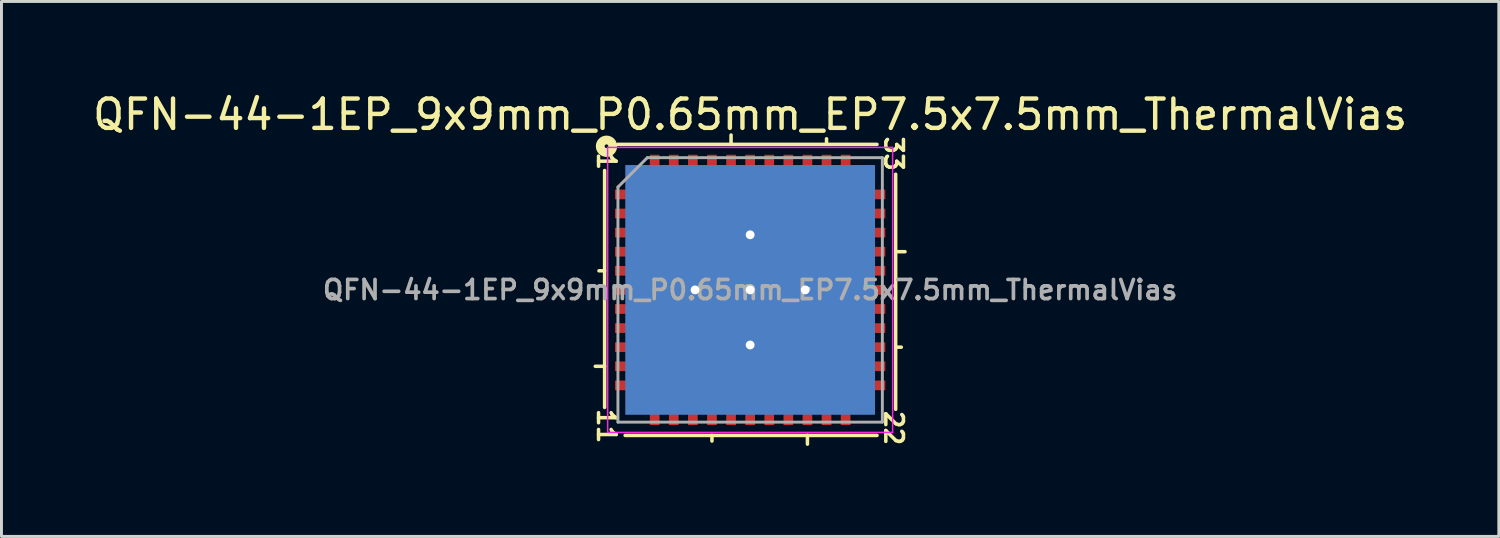
<source format=kicad_pcb>
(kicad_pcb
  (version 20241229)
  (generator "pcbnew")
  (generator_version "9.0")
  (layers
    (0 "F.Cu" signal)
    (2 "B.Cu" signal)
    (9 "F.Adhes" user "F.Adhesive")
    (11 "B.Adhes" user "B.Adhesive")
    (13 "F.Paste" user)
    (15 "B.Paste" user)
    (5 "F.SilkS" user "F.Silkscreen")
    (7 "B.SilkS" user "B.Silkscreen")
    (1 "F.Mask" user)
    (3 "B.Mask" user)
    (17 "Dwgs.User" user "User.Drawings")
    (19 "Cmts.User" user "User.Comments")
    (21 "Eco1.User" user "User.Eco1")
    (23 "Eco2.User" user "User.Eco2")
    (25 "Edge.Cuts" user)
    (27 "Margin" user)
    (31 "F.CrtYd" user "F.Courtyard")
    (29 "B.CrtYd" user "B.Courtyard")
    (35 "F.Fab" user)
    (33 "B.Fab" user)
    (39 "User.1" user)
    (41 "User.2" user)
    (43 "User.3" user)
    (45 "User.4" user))
  (footprint "QFN-44-1EP_9x9mm_P0.65mm_EP7.5x7.5mm_ThermalVias"
    (layer "F.Cu")
    (at 22.482 6.817)
    (property "Reference" "QFN-44-1EP_9x9mm_P0.65mm_EP7.5x7.5mm_ThermalVias" (at 0 -5.969 0) (layer "F.SilkS") (effects (font (size 1 1) (thickness 0.15))))
    (attr smd)
    (fp_line (start -4.953 -4.064) (end -4.953 4) (stroke (width 0.12) (type solid)) (layer "F.SilkS"))
    (fp_line (start -4.953 -0.65) (end -5.144 -0.65) (stroke (width 0.12) (type solid)) (layer "F.SilkS"))
    (fp_line (start -4.953 2.6) (end -5.271 2.6) (stroke (width 0.12) (type solid)) (layer "F.SilkS"))
    (fp_line (start -4.255 4.953) (end 4.318 4.953) (stroke (width 0.12) (type solid)) (layer "F.SilkS"))
    (fp_line (start -1.3 4.953) (end -1.3 5.144) (stroke (width 0.12) (type solid)) (layer "F.SilkS"))
    (fp_line (start -0.65 -4.953) (end -0.65 -5.271) (stroke (width 0.12) (type solid)) (layer "F.SilkS"))
    (fp_line (start 1.95 4.953) (end 1.95 5.25) (stroke (width 0.12) (type solid)) (layer "F.SilkS"))
    (fp_line (start 2.6 -4.953) (end 2.6 -5.144) (stroke (width 0.12) (type solid)) (layer "F.SilkS"))
    (fp_line (start 4.318 -4.953) (end -4.508 -4.953) (stroke (width 0.12) (type solid)) (layer "F.SilkS"))
    (fp_line (start 4.953 -1.3) (end 5.271 -1.3) (stroke (width 0.12) (type solid)) (layer "F.SilkS"))
    (fp_line (start 4.953 1.95) (end 5.144 1.95) (stroke (width 0.12) (type solid)) (layer "F.SilkS"))
    (fp_line (start 4.953 4.064) (end 4.953 -3.937) (stroke (width 0.12) (type solid)) (layer "F.SilkS"))
    (fp_circle (center -4.889 -4.889) (end -4.826 -4.889) (stroke (width 0.3) (type solid)) (fill no) (layer "F.SilkS"))
    (fp_line (start -4.85 -4.85) (end -4.85 4.85) (stroke (width 0.05) (type solid)) (layer "F.CrtYd"))
    (fp_line (start -4.85 4.85) (end 4.85 4.85) (stroke (width 0.05) (type solid)) (layer "F.CrtYd"))
    (fp_line (start 4.85 -4.85) (end -4.85 -4.85) (stroke (width 0.05) (type solid)) (layer "F.CrtYd"))
    (fp_line (start 4.85 4.85) (end 4.85 -4.85) (stroke (width 0.05) (type solid)) (layer "F.CrtYd"))
    (fp_line (start -4.5 -3.5) (end -3.5 -4.5) (stroke (width 0.1) (type solid)) (layer "F.Fab"))
    (fp_line (start -4.5 4.5) (end -4.5 -3.5) (stroke (width 0.1) (type solid)) (layer "F.Fab"))
    (fp_line (start -3.5 -4.5) (end 4.5 -4.5) (stroke (width 0.1) (type solid)) (layer "F.Fab"))
    (fp_line (start 4.5 -4.5) (end 4.5 4.5) (stroke (width 0.1) (type solid)) (layer "F.Fab"))
    (fp_line (start 4.5 4.5) (end -4.5 4.5) (stroke (width 0.1) (type solid)) (layer "F.Fab"))
    (fp_text user "33" (at 4.889 -4.636 270) (unlocked yes) (layer "F.SilkS") (effects (font (size 0.6 0.6) (thickness 0.12))))
    (fp_text user "11" (at -4.889 4.636 270) (unlocked yes) (layer "F.SilkS") (effects (font (size 0.6 0.6) (thickness 0.12))))
    (fp_text user "1" (at -4.889 -4.381 270) (unlocked yes) (layer "F.SilkS") (effects (font (size 0.6 0.6) (thickness 0.12))))
    (fp_text user "22" (at 4.889 4.699 270) (unlocked yes) (layer "F.SilkS") (effects (font (size 0.6 0.6) (thickness 0.12))))
    (fp_text user "${REFERENCE}" (at 0 0 0) (layer "F.Fab") (effects (font (size 0.65 0.65) (thickness 0.125))))
    (pad "" smd rect (at -1.875 -1.875) (size 2.65 2.65) (layers "F.Paste"))
    (pad "" smd rect (at -1.875 1.875) (size 2.65 2.65) (layers "F.Paste"))
    (pad "" smd rect (at 1.875 -1.875) (size 2.65 2.65) (layers "F.Paste"))
    (pad "" smd rect (at 1.875 1.875) (size 2.65 2.65) (layers "F.Paste"))
    (pad "1" smd rect (at -4.3 -3.25) (size 0.6 0.33) (layers "F.Cu" "F.Mask" "F.Paste"))
    (pad "2" smd rect (at -4.3 -2.6) (size 0.6 0.33) (layers "F.Cu" "F.Mask" "F.Paste"))
    (pad "3" smd rect (at -4.3 -1.95) (size 0.6 0.33) (layers "F.Cu" "F.Mask" "F.Paste"))
    (pad "4" smd rect (at -4.3 -1.3) (size 0.6 0.33) (layers "F.Cu" "F.Mask" "F.Paste"))
    (pad "5" smd rect (at -4.3 -0.65) (size 0.6 0.33) (layers "F.Cu" "F.Mask" "F.Paste"))
    (pad "6" smd rect (at -4.3 0) (size 0.6 0.33) (layers "F.Cu" "F.Mask" "F.Paste"))
    (pad "7" smd rect (at -4.3 0.65) (size 0.6 0.33) (layers "F.Cu" "F.Mask" "F.Paste"))
    (pad "8" smd rect (at -4.3 1.3) (size 0.6 0.33) (layers "F.Cu" "F.Mask" "F.Paste"))
    (pad "9" smd rect (at -4.3 1.95) (size 0.6 0.33) (layers "F.Cu" "F.Mask" "F.Paste"))
    (pad "10" smd rect (at -4.3 2.6) (size 0.6 0.33) (layers "F.Cu" "F.Mask" "F.Paste"))
    (pad "11" smd rect (at -4.3 3.25) (size 0.6 0.33) (layers "F.Cu" "F.Mask" "F.Paste"))
    (pad "12" smd rect (at -3.25 4.3 90) (size 0.6 0.33) (layers "F.Cu" "F.Mask" "F.Paste"))
    (pad "13" smd rect (at -2.6 4.3 90) (size 0.6 0.33) (layers "F.Cu" "F.Mask" "F.Paste"))
    (pad "14" smd rect (at -1.95 4.3 90) (size 0.6 0.33) (layers "F.Cu" "F.Mask" "F.Paste"))
    (pad "15" smd rect (at -1.3 4.3 90) (size 0.6 0.33) (layers "F.Cu" "F.Mask" "F.Paste"))
    (pad "16" smd rect (at -0.65 4.3 90) (size 0.6 0.33) (layers "F.Cu" "F.Mask" "F.Paste"))
    (pad "17" smd rect (at 0 4.3 90) (size 0.6 0.33) (layers "F.Cu" "F.Mask" "F.Paste"))
    (pad "18" smd rect (at 0.65 4.3 90) (size 0.6 0.33) (layers "F.Cu" "F.Mask" "F.Paste"))
    (pad "19" smd rect (at 1.3 4.3 90) (size 0.6 0.33) (layers "F.Cu" "F.Mask" "F.Paste"))
    (pad "20" smd rect (at 1.95 4.3 90) (size 0.6 0.33) (layers "F.Cu" "F.Mask" "F.Paste"))
    (pad "21" smd rect (at 2.6 4.3 90) (size 0.6 0.33) (layers "F.Cu" "F.Mask" "F.Paste"))
    (pad "22" smd rect (at 3.25 4.3 90) (size 0.6 0.33) (layers "F.Cu" "F.Mask" "F.Paste"))
    (pad "23" smd rect (at 4.3 3.25) (size 0.6 0.33) (layers "F.Cu" "F.Mask" "F.Paste"))
    (pad "24" smd rect (at 4.3 2.6) (size 0.6 0.33) (layers "F.Cu" "F.Mask" "F.Paste"))
    (pad "25" smd rect (at 4.3 1.95) (size 0.6 0.33) (layers "F.Cu" "F.Mask" "F.Paste"))
    (pad "26" smd rect (at 4.3 1.3) (size 0.6 0.33) (layers "F.Cu" "F.Mask" "F.Paste"))
    (pad "27" smd rect (at 4.3 0.65) (size 0.6 0.33) (layers "F.Cu" "F.Mask" "F.Paste"))
    (pad "28" smd rect (at 4.3 0) (size 0.6 0.33) (layers "F.Cu" "F.Mask" "F.Paste"))
    (pad "29" smd rect (at 4.3 -0.65) (size 0.6 0.33) (layers "F.Cu" "F.Mask" "F.Paste"))
    (pad "30" smd rect (at 4.3 -1.3) (size 0.6 0.33) (layers "F.Cu" "F.Mask" "F.Paste"))
    (pad "31" smd rect (at 4.3 -1.95) (size 0.6 0.33) (layers "F.Cu" "F.Mask" "F.Paste"))
    (pad "32" smd rect (at 4.3 -2.6) (size 0.6 0.33) (layers "F.Cu" "F.Mask" "F.Paste"))
    (pad "33" smd rect (at 4.3 -3.25) (size 0.6 0.33) (layers "F.Cu" "F.Mask" "F.Paste"))
    (pad "34" smd rect (at 3.25 -4.3 90) (size 0.6 0.33) (layers "F.Cu" "F.Mask" "F.Paste"))
    (pad "35" smd rect (at 2.6 -4.3 90) (size 0.6 0.33) (layers "F.Cu" "F.Mask" "F.Paste"))
    (pad "36" smd rect (at 1.95 -4.3 90) (size 0.6 0.33) (layers "F.Cu" "F.Mask" "F.Paste"))
    (pad "37" smd rect (at 1.3 -4.3 90) (size 0.6 0.33) (layers "F.Cu" "F.Mask" "F.Paste"))
    (pad "38" smd rect (at 0.65 -4.3 90) (size 0.6 0.33) (layers "F.Cu" "F.Mask" "F.Paste"))
    (pad "39" smd rect (at 0 -4.3 90) (size 0.6 0.33) (layers "F.Cu" "F.Mask" "F.Paste"))
    (pad "40" smd rect (at -0.65 -4.3 90) (size 0.6 0.33) (layers "F.Cu" "F.Mask" "F.Paste"))
    (pad "41" smd rect (at -1.3 -4.3 90) (size 0.6 0.33) (layers "F.Cu" "F.Mask" "F.Paste"))
    (pad "42" smd rect (at -1.95 -4.3 90) (size 0.6 0.33) (layers "F.Cu" "F.Mask" "F.Paste"))
    (pad "43" smd rect (at -2.6 -4.3 90) (size 0.6 0.33) (layers "F.Cu" "F.Mask" "F.Paste"))
    (pad "44" smd rect (at -3.25 -4.3 90) (size 0.6 0.33) (layers "F.Cu" "F.Mask" "F.Paste"))
    (pad "45" thru_hole circle (at -1.875 0) (size 0.6 0.6) (drill 0.3) (layers "*.Cu"))
    (pad "45" thru_hole circle (at 0 -1.875) (size 0.6 0.6) (drill 0.3) (layers "*.Cu"))
    (pad "45" thru_hole circle (at 0 0) (size 0.6 0.6) (drill 0.3) (layers "*.Cu"))
    (pad "45" smd rect (at 0 0) (size 7.5 7.5) (layers "F.Cu" "F.Mask"))
    (pad "45" smd rect (at 0 0) (size 8.5 8.5) (layers "B.Cu" "B.Mask"))
    (pad "45" thru_hole circle (at 0 1.875) (size 0.6 0.6) (drill 0.3) (layers "*.Cu"))
    (pad "45" thru_hole circle (at 1.875 0) (size 0.6 0.6) (drill 0.3) (layers "*.Cu")))
  (gr_rect
    (start -3 -3)
    (end 47.964 15.208)
    (stroke (width 0.1) (type default))
    (fill no)
    (layer "Edge.Cuts")))
</source>
